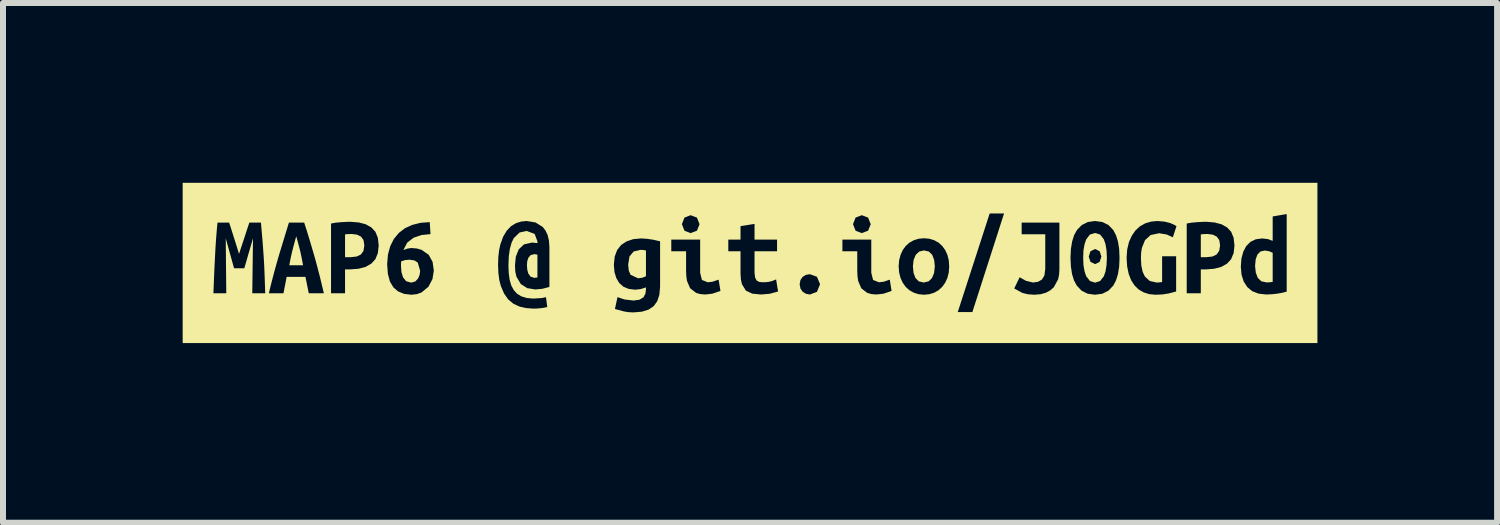
<source format=kicad_pcb>
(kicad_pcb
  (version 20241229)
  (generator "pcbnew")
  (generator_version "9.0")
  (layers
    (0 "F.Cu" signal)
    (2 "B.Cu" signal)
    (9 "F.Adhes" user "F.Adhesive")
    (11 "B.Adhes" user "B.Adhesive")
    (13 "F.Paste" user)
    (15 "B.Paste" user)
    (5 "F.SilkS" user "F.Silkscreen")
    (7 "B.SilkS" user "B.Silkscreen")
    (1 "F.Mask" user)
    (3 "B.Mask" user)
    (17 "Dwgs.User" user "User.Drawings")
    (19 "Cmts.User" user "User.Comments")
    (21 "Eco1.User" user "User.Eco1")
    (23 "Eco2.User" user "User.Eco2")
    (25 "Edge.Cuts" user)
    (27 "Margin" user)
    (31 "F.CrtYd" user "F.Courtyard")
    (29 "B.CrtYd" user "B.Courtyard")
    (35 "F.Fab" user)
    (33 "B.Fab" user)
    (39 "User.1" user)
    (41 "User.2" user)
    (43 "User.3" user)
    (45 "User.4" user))
  (footprint "label"
    (layer "F.Cu")
    (at 9.473 1.34)
    (property "Reference" "label" (at 0 -1.339 180) (layer "F.SilkS") (effects (font (size 0.001 0.001) (thickness 0.000003))))
    (attr exclude_from_pos_files exclude_from_bom)
    (fp_poly (pts (xy -7.577 -0.445) (xy -7.612 -0.318) (xy -7.643 -0.2) (xy -7.67 -0.083) (xy -7.693 0.039) (xy -7.463 0.039) (xy -7.486 -0.083) (xy -7.511 -0.2) (xy -7.542 -0.318) (xy -7.577 -0.445)) (stroke (width 0) (type solid)) (fill yes) (layer "F.SilkS"))
    (fp_poly (pts (xy -2.035 0.03) (xy -2.025 0.127) (xy -1.995 0.198) (xy -1.87 0.256) (xy -1.798 0.247) (xy -1.738 0.222) (xy -1.738 -0.209) (xy -1.786 -0.216) (xy -1.83 -0.218) (xy -1.944 -0.191) (xy -2.013 -0.108) (xy -2.035 0.03)) (stroke (width 0) (type solid)) (fill yes) (layer "F.SilkS"))
    (fp_poly (pts (xy -6.646 -0.483) (xy -6.704 -0.482) (xy -6.762 -0.477) (xy -6.762 -0.096) (xy -6.667 -0.096) (xy -6.568 -0.107) (xy -6.497 -0.141) (xy -6.454 -0.202) (xy -6.44 -0.294) (xy -6.454 -0.382) (xy -6.496 -0.44) (xy -6.562 -0.472) (xy -6.646 -0.483)) (stroke (width 0) (type solid)) (fill yes) (layer "F.SilkS"))
    (fp_poly (pts (xy -3.725 0.035) (xy -3.72 0.11) (xy -3.702 0.178) (xy -3.665 0.229) (xy -3.603 0.249) (xy -3.55 0.243) (xy -3.55 -0.138) (xy -3.579 -0.144) (xy -3.605 -0.146) (xy -3.664 -0.13) (xy -3.7 -0.088) (xy -3.72 -0.03) (xy -3.725 0.035)) (stroke (width 0) (type solid)) (fill yes) (layer "F.SilkS"))
    (fp_poly (pts (xy 7.642 -0.483) (xy 7.584 -0.482) (xy 7.526 -0.477) (xy 7.526 -0.096) (xy 7.621 -0.096) (xy 7.72 -0.107) (xy 7.79 -0.141) (xy 7.833 -0.202) (xy 7.848 -0.294) (xy 7.834 -0.382) (xy 7.791 -0.44) (xy 7.726 -0.472) (xy 7.642 -0.483)) (stroke (width 0) (type solid)) (fill yes) (layer "F.SilkS"))
    (fp_poly (pts (xy 8.432 0.052) (xy 8.444 0.161) (xy 8.477 0.249) (xy 8.536 0.306) (xy 8.621 0.325) (xy 8.674 0.323) (xy 8.726 0.317) (xy 8.726 -0.17) (xy 8.665 -0.196) (xy 8.593 -0.207) (xy 8.52 -0.19) (xy 8.471 -0.14) (xy 8.442 -0.059) (xy 8.432 0.052)) (stroke (width 0) (type solid)) (fill yes) (layer "F.SilkS"))
    (fp_poly (pts (xy -5.687 -0.054) (xy -5.762 -0.047) (xy -5.825 -0.026) (xy -5.827 0.009) (xy -5.828 0.045) (xy -5.821 0.15) (xy -5.794 0.241) (xy -5.742 0.305) (xy -5.659 0.329) (xy -5.59 0.31) (xy -5.544 0.262) (xy -5.517 0.199) (xy -5.508 0.132) (xy -5.548 -0.006) (xy -5.603 -0.042) (xy -5.687 -0.054)) (stroke (width 0) (type solid)) (fill yes) (layer "F.SilkS"))
    (fp_poly (pts (xy 2.719 0.058) (xy 2.73 0.167) (xy 2.762 0.252) (xy 2.818 0.308) (xy 2.9 0.327) (xy 2.981 0.308) (xy 3.038 0.252) (xy 3.073 0.167) (xy 3.085 0.058) (xy 3.074 -0.05) (xy 3.042 -0.135) (xy 2.986 -0.19) (xy 2.904 -0.209) (xy 2.824 -0.19) (xy 2.766 -0.135) (xy 2.731 -0.05) (xy 2.719 0.058)) (stroke (width 0) (type solid)) (fill yes) (layer "F.SilkS"))
    (fp_poly (pts (xy 5.958 -0.087) (xy 5.866 -0.106) (xy 5.837 -0.017) (xy 5.762 0.02) (xy 5.684 -0.017) (xy 5.655 -0.106) (xy 5.684 -0.195) (xy 5.762 -0.233) (xy 5.837 -0.195) (xy 5.866 -0.106) (xy 5.958 -0.087) (xy 5.952 -0.211) (xy 5.935 -0.313) (xy 5.907 -0.394) (xy 5.845 -0.474) (xy 5.76 -0.5) (xy 5.675 -0.474) (xy 5.613 -0.394) (xy 5.585 -0.313) (xy 5.567 -0.211) (xy 5.562 -0.087) (xy 5.567 0.038) (xy 5.585 0.141) (xy 5.613 0.223) (xy 5.675 0.302) (xy 5.76 0.329) (xy 5.845 0.302) (xy 5.907 0.223) (xy 5.935 0.141) (xy 5.952 0.038) (xy 5.958 -0.087)) (stroke (width 0) (type solid)) (fill yes) (layer "F.SilkS"))
    (fp_poly (pts (xy -8.96 -1.338) (xy -8.697 -0.673) (xy -8.664 -0.571) (xy -8.621 -0.435) (xy -8.575 -0.289) (xy -8.532 -0.151) (xy -8.484 -0.297) (xy -8.436 -0.442) (xy -8.394 -0.572) (xy -8.36 -0.673) (xy -8.166 -0.673) (xy -8.153 -0.521) (xy -8.14 -0.372) (xy -8.129 -0.226) (xy -8.119 -0.082) (xy -8.111 0.062) (xy -8.105 0.208) (xy -8.1 0.355) (xy -8.095 0.506) (xy -8.311 0.506) (xy -8.299 -0.411) (xy -8.444 0.089) (xy -8.615 0.089) (xy -8.754 -0.411) (xy -8.745 0.506) (xy -8.96 0.506) (xy -8.954 0.358) (xy -8.948 0.205) (xy -8.941 0.049) (xy -8.933 -0.106) (xy -8.925 -0.258) (xy -8.915 -0.405) (xy -8.904 -0.544) (xy -8.892 -0.673) (xy -8.697 -0.673) (xy -8.96 -1.338) (xy -9.473 -1.338) (xy -9.473 1.338) (xy -7.368 0.506) (xy -7.423 0.233) (xy -7.737 0.233) (xy -7.79 0.506) (xy -8.034 0.506) (xy -8.001 0.369) (xy -7.967 0.237) (xy -7.933 0.11) (xy -7.899 -0.012) (xy -7.865 -0.13) (xy -7.822 -0.271) (xy -7.78 -0.409) (xy -7.739 -0.543) (xy -7.699 -0.673) (xy -7.444 -0.673) (xy -7.402 -0.542) (xy -7.36 -0.406) (xy -7.319 -0.267) (xy -7.277 -0.124) (xy -7.244 -0.006) (xy -7.212 0.116) (xy -7.179 0.242) (xy -7.148 0.372) (xy -7.116 0.506) (xy -7.368 0.506) (xy -9.473 1.338) (xy -8.96 1.338) (xy -4.107 0.511) (xy -4.161 0.385) (xy -4.187 0.284) (xy -4.202 0.166) (xy -4.207 0.033) (xy -4.203 -0.097) (xy -4.19 -0.212) (xy -4.168 -0.312) (xy -4.122 -0.439) (xy -4.062 -0.539) (xy -3.991 -0.613) (xy -3.91 -0.663) (xy -3.822 -0.691) (xy -3.729 -0.7) (xy -3.582 -0.676) (xy -1.138 -0.647) (xy -1.095 -0.757) (xy -0.992 -0.797) (xy -0.887 -0.757) (xy -0.843 -0.647) (xy -0.887 -0.538) (xy -0.992 -0.498) (xy -1.095 -0.538) (xy -1.138 -0.647) (xy -3.582 -0.676) (xy -3.462 -0.601) (xy -3.416 -0.542) (xy -3.38 -0.467) (xy -3.358 -0.375) (xy -3.35 -0.266) (xy -2.264 0.151) (xy -2.274 0.03) (xy -2.26 -0.105) (xy -2.219 -0.215) (xy -2.152 -0.3) (xy -2.061 -0.36) (xy -1.95 -0.397) (xy -1.82 -0.409) (xy -1.72 -0.403) (xy -1.614 -0.387) (xy -1.502 -0.361) (xy -1.502 0.397) (xy -1.514 0.531) (xy -1.549 0.638) (xy -1.608 0.721) (xy -1.693 0.779) (xy -1.806 0.814) (xy -1.948 0.826) (xy -2.03 0.822) (xy -2.109 0.809) (xy -2.256 0.769) (xy -2.213 0.571) (xy -2.096 0.61) (xy -1.944 0.628) (xy -1.843 0.613) (xy -1.78 0.574) (xy -1.748 0.516) (xy -1.738 0.445) (xy -1.738 0.409) (xy -1.829 0.437) (xy -1.917 0.447) (xy -2.025 0.434) (xy -2.113 0.398) (xy -2.183 0.336) (xy -2.233 0.253) (xy -2.264 0.151) (xy -3.35 -0.266) (xy -3.35 0.401) (xy -3.469 0.432) (xy -3.586 0.443) (xy -3.72 0.421) (xy -3.828 0.352) (xy -3.9 0.231) (xy -3.919 0.147) (xy -3.925 0.047) (xy -3.911 -0.104) (xy -3.862 -0.227) (xy -3.774 -0.31) (xy -3.64 -0.34) (xy -3.55 -0.331) (xy -3.55 -0.361) (xy -3.596 -0.484) (xy -3.729 -0.534) (xy -3.848 -0.508) (xy -3.945 -0.414) (xy -3.982 -0.336) (xy -4.01 -0.236) (xy -4.028 -0.11) (xy -4.034 0.045) (xy -4.029 0.17) (xy -4.014 0.281) (xy -3.987 0.376) (xy -3.945 0.453) (xy -3.889 0.515) (xy -3.816 0.559) (xy -3.725 0.586) (xy -3.615 0.595) (xy -3.474 0.586) (xy -3.407 0.571) (xy -3.386 0.736) (xy -3.445 0.749) (xy -3.499 0.756) (xy -3.553 0.761) (xy -3.615 0.763) (xy -3.736 0.754) (xy -3.849 0.729) (xy -3.95 0.682) (xy -4.037 0.61) (xy -4.107 0.511) (xy -8.96 1.338) (xy 8.96 1.338) (xy -0.494 0.468) (xy -0.631 0.514) (xy -0.748 0.527) (xy -0.832 0.52) (xy -0.901 0.5) (xy -1 0.423) (xy -1.053 0.3) (xy -1.064 0.222) (xy -1.068 0.134) (xy -1.068 -0.195) (xy -1.315 -0.195) (xy -1.315 -0.39) (xy -0.833 -0.39) (xy -0.363 -0.195) (xy -0.363 -0.39) (xy -0.159 -0.39) (xy -0.159 -0.614) (xy 0.075 -0.652) (xy 1.719 -0.647) (xy 1.762 -0.757) (xy 1.866 -0.797) (xy 1.971 -0.757) (xy 2.015 -0.647) (xy 1.971 -0.538) (xy 1.866 -0.498) (xy 1.762 -0.538) (xy 1.719 -0.647) (xy 0.075 -0.652) (xy 0.075 -0.39) (xy 0.451 -0.39) (xy 0.451 -0.195) (xy 1.805 0.3) (xy 1.794 0.222) (xy 1.79 0.134) (xy 1.79 -0.195) (xy 1.542 -0.195) (xy 1.542 -0.39) (xy 2.024 -0.39) (xy 2.513 -0.135) (xy 2.55 -0.216) (xy 2.6 -0.284) (xy 2.662 -0.339) (xy 2.735 -0.379) (xy 2.816 -0.404) (xy 2.904 -0.412) (xy 2.993 -0.404) (xy 3.075 -0.379) (xy 3.147 -0.339) (xy 3.208 -0.284) (xy 3.258 -0.216) (xy 3.295 -0.135) (xy 3.318 -0.044) (xy 3.325 0.056) (xy 3.318 0.158) (xy 3.295 0.25) (xy 3.258 0.33) (xy 3.209 0.399) (xy 3.148 0.455) (xy 3.077 0.496) (xy 2.995 0.522) (xy 2.904 0.531) (xy 2.813 0.522) (xy 2.732 0.496) (xy 2.66 0.455) (xy 2.598 0.399) (xy 2.549 0.33) (xy 2.512 0.25) (xy 2.489 0.158) (xy 2.481 0.056) (xy 2.489 -0.044) (xy 2.513 -0.135) (xy 2.024 -0.39) (xy 2.024 0.165) (xy 2.054 0.284) (xy 2.152 0.323) (xy 2.23 0.314) (xy 2.333 0.279) (xy 2.363 0.468) (xy 2.227 0.514) (xy 2.11 0.527) (xy 2.026 0.52) (xy 1.956 0.5) (xy 1.857 0.423) (xy 1.805 0.3) (xy 0.451 -0.195) (xy 0.075 -0.195) (xy 0.075 0.167) (xy 0.085 0.247) (xy 0.111 0.294) (xy 0.153 0.317) (xy 0.209 0.323) (xy 0.269 0.321) (xy 0.322 0.314) (xy 0.375 0.3) (xy 0.435 0.275) (xy 0.828 0.355) (xy 0.842 0.284) (xy 0.88 0.231) (xy 0.934 0.199) (xy 0.999 0.188) (xy 1.117 0.231) (xy 1.169 0.355) (xy 1.117 0.483) (xy 0.999 0.527) (xy 0.934 0.515) (xy 0.88 0.482) (xy 0.842 0.429) (xy 0.828 0.355) (xy 0.435 0.275) (xy 0.468 0.477) (xy 0.328 0.515) (xy 0.182 0.527) (xy 0.037 0.513) (xy -0.07 0.462) (xy -0.136 0.354) (xy -0.153 0.274) (xy -0.159 0.172) (xy -0.159 -0.195) (xy -0.363 -0.195) (xy -0.833 -0.39) (xy -0.833 0.165) (xy -0.804 0.284) (xy -0.706 0.323) (xy -0.628 0.314) (xy -0.525 0.279) (xy -0.494 0.468) (xy 8.96 1.338) (xy 9.473 1.338) (xy 3.712 0.82) (xy 3.468 0.82) (xy 4.001 -0.826) (xy 4.241 -0.826) (xy 4.929 0.098) (xy 4.929 -0.479) (xy 4.535 -0.479) (xy 4.535 -0.673) (xy 5.165 -0.673) (xy 5.165 0.111) (xy 5.376 0.186) (xy 5.357 0.06) (xy 5.35 -0.087) (xy 5.357 -0.231) (xy 5.377 -0.356) (xy 5.41 -0.462) (xy 5.457 -0.548) (xy 5.538 -0.632) (xy 5.639 -0.683) (xy 5.76 -0.7) (xy 5.883 -0.683) (xy 5.984 -0.633) (xy 6.065 -0.549) (xy 6.11 -0.463) (xy 6.143 -0.357) (xy 6.163 -0.232) (xy 6.297 -0.226) (xy 6.327 -0.351) (xy 6.375 -0.456) (xy 6.436 -0.544) (xy 6.511 -0.612) (xy 6.598 -0.661) (xy 6.695 -0.69) (xy 6.798 -0.7) (xy 6.921 -0.69) (xy 7.015 -0.666) (xy 7.081 -0.637) (xy 7.12 -0.614) (xy 7.291 0.506) (xy 7.291 -0.658) (xy 7.369 -0.672) (xy 7.455 -0.68) (xy 7.541 -0.685) (xy 7.615 -0.687) (xy 7.754 -0.676) (xy 7.87 -0.646) (xy 7.964 -0.594) (xy 8.033 -0.52) (xy 8.074 -0.419) (xy 8.088 -0.292) (xy 8.074 -0.164) (xy 8.032 -0.063) (xy 7.963 0.013) (xy 7.868 0.066) (xy 7.75 0.097) (xy 7.61 0.108) (xy 7.526 0.108) (xy 8.242 0.31) (xy 8.206 0.197) (xy 8.194 0.064) (xy 8.204 -0.072) (xy 8.235 -0.187) (xy 8.285 -0.282) (xy 8.355 -0.352) (xy 8.444 -0.395) (xy 8.552 -0.409) (xy 8.646 -0.398) (xy 8.726 -0.369) (xy 8.726 -0.776) (xy 8.96 -0.816) (xy 8.96 0.479) (xy 8.888 0.498) (xy 8.802 0.513) (xy 8.71 0.523) (xy 8.619 0.527) (xy 8.491 0.513) (xy 8.385 0.472) (xy 8.302 0.403) (xy 8.242 0.31) (xy 7.526 0.108) (xy 7.526 0.506) (xy 7.291 0.506) (xy 7.12 -0.614) (xy 7.059 -0.428) (xy 6.956 -0.475) (xy 6.83 -0.496) (xy 6.689 -0.466) (xy 6.595 -0.381) (xy 6.542 -0.251) (xy 6.53 -0.172) (xy 6.526 -0.085) (xy 6.533 0.044) (xy 6.555 0.148) (xy 6.592 0.227) (xy 6.675 0.302) (xy 6.788 0.327) (xy 6.834 0.325) (xy 6.88 0.319) (xy 6.88 -0.111) (xy 7.114 -0.111) (xy 7.114 0.477) (xy 6.984 0.511) (xy 6.886 0.526) (xy 6.769 0.531) (xy 6.664 0.521) (xy 6.57 0.491) (xy 6.488 0.443) (xy 6.419 0.375) (xy 6.363 0.289) (xy 6.322 0.183) (xy 6.296 0.058) (xy 6.287 -0.085) (xy 6.297 -0.226) (xy 6.163 -0.232) (xy 6.169 -0.087) (xy 6.163 0.06) (xy 6.143 0.186) (xy 6.11 0.292) (xy 6.065 0.378) (xy 5.984 0.463) (xy 5.883 0.514) (xy 5.76 0.531) (xy 5.637 0.514) (xy 5.535 0.463) (xy 5.455 0.378) (xy 5.409 0.292) (xy 5.376 0.186) (xy 5.165 0.111) (xy 5.16 0.195) (xy 5.144 0.273) (xy 5.071 0.407) (xy 5.013 0.458) (xy 4.941 0.497) (xy 4.852 0.522) (xy 4.746 0.531) (xy 4.636 0.523) (xy 4.546 0.5) (xy 4.411 0.426) (xy 4.501 0.239) (xy 4.606 0.298) (xy 4.725 0.327) (xy 4.808 0.315) (xy 4.873 0.278) (xy 4.915 0.209) (xy 4.929 0.098) (xy 4.241 -0.826) (xy 3.712 0.82) (xy 9.473 1.338) (xy 9.473 -1.338) (xy -6.672 -0.687) (xy -6.534 -0.676) (xy -6.417 -0.646) (xy -6.324 -0.594) (xy -6.255 -0.52) (xy -6.214 -0.419) (xy -6.2 -0.292) (xy -6.214 -0.164) (xy -6.255 -0.063) (xy -6.059 0.024) (xy -6.046 -0.138) (xy -6.008 -0.279) (xy -5.947 -0.4) (xy -5.865 -0.5) (xy -5.762 -0.579) (xy -5.64 -0.635) (xy -5.501 -0.67) (xy -5.348 -0.681) (xy -5.335 -0.481) (xy -5.484 -0.466) (xy -5.617 -0.421) (xy -5.723 -0.34) (xy -5.788 -0.216) (xy -5.718 -0.24) (xy -5.657 -0.249) (xy -5.562 -0.241) (xy -5.483 -0.218) (xy -5.365 -0.136) (xy -5.3 -0.016) (xy -5.28 0.129) (xy -5.302 0.268) (xy -5.369 0.397) (xy -5.485 0.493) (xy -5.563 0.521) (xy -5.653 0.531) (xy -5.775 0.517) (xy -5.875 0.476) (xy -5.955 0.408) (xy -6.013 0.31) (xy -6.047 0.182) (xy -6.059 0.024) (xy -6.255 -0.063) (xy -6.325 0.013) (xy -6.419 0.066) (xy -6.537 0.097) (xy -6.678 0.108) (xy -6.762 0.108) (xy -6.762 0.506) (xy -6.996 0.506) (xy -6.996 -0.658) (xy -6.919 -0.672) (xy -6.832 -0.68) (xy -6.747 -0.685) (xy -6.672 -0.687) (xy 9.473 -1.338) (xy 8.96 -1.338) (xy -8.96 -1.338)) (stroke (width 0) (type solid)) (fill yes) (layer "F.SilkS")))
  (gr_rect
    (start -3 -3)
    (end 21.946 5.678)
    (stroke (width 0.1) (type default))
    (fill no)
    (layer "Edge.Cuts")))
</source>
